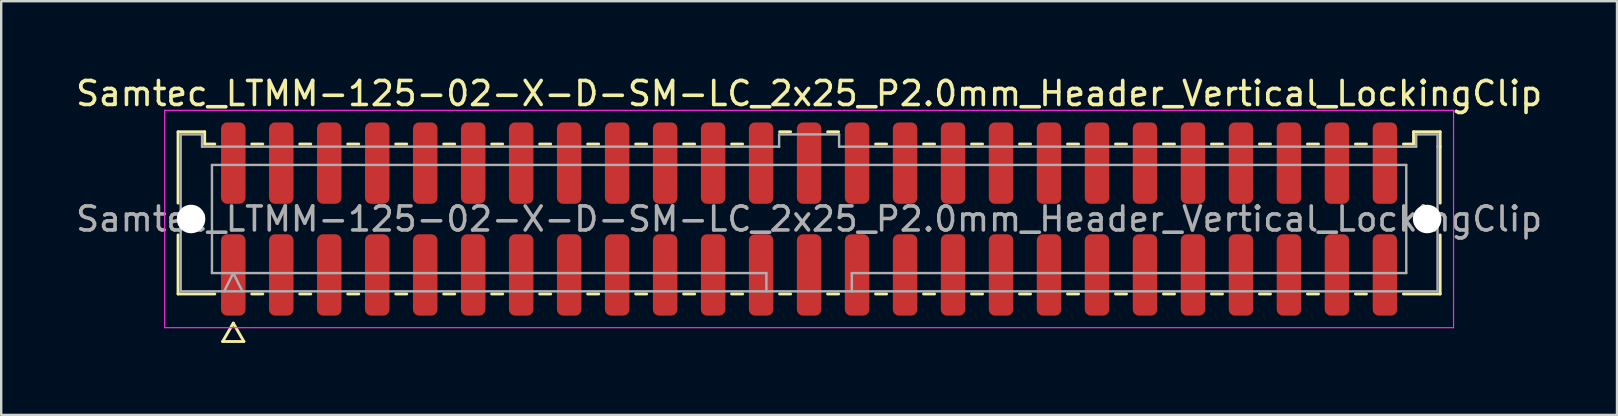
<source format=kicad_pcb>
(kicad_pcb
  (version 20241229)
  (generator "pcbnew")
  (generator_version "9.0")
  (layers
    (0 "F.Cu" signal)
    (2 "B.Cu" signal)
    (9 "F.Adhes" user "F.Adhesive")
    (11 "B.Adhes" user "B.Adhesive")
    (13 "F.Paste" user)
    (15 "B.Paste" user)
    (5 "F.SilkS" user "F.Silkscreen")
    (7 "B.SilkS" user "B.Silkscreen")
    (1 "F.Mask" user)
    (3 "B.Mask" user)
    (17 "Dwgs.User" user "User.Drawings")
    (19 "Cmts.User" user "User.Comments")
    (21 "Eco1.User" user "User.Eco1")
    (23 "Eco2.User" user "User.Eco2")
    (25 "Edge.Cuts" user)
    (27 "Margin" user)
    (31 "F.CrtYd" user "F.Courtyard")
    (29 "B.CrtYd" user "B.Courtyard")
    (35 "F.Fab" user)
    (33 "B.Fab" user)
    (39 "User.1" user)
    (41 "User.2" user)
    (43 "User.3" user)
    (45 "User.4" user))
  (footprint "Samtec_LTMM-125-02-X-D-SM-LC_2x25_P2.0mm_Header_Vertical_LockingClip"
    (layer "F.Cu")
    (at 30.673 6.078)
    (property "Reference" "Samtec_LTMM-125-02-X-D-SM-LC_2x25_P2.0mm_Header_Vertical_LockingClip" (at 0 -5.23 0) (layer "F.SilkS") (effects (font (size 1 1) (thickness 0.15))))
    (attr smd)
    (fp_line (start -26.302 -3.635) (end -25.192 -3.635) (stroke (width 0.12) (type solid)) (layer "F.SilkS"))
    (fp_line (start -26.302 -0.662) (end -26.302 -3.635) (stroke (width 0.12) (type solid)) (layer "F.SilkS"))
    (fp_line (start -26.302 3.125) (end -26.302 0.662) (stroke (width 0.12) (type solid)) (layer "F.SilkS"))
    (fp_line (start -25.192 -3.635) (end -25.192 -3.125) (stroke (width 0.12) (type solid)) (layer "F.SilkS"))
    (fp_line (start -25.192 -3.125) (end -24.77 -3.125) (stroke (width 0.12) (type solid)) (layer "F.SilkS"))
    (fp_line (start -24.77 3.125) (end -26.302 3.125) (stroke (width 0.12) (type solid)) (layer "F.SilkS"))
    (fp_line (start -24.442 5.105) (end -24 4.34) (stroke (width 0.12) (type solid)) (layer "F.SilkS"))
    (fp_line (start -24 4.34) (end -23.558 5.105) (stroke (width 0.12) (type solid)) (layer "F.SilkS"))
    (fp_line (start -23.558 5.105) (end -24.442 5.105) (stroke (width 0.12) (type solid)) (layer "F.SilkS"))
    (fp_line (start -23.23 -3.125) (end -22.77 -3.125) (stroke (width 0.12) (type solid)) (layer "F.SilkS"))
    (fp_line (start -22.77 3.125) (end -23.23 3.125) (stroke (width 0.12) (type solid)) (layer "F.SilkS"))
    (fp_line (start -21.23 -3.125) (end -20.77 -3.125) (stroke (width 0.12) (type solid)) (layer "F.SilkS"))
    (fp_line (start -20.77 3.125) (end -21.23 3.125) (stroke (width 0.12) (type solid)) (layer "F.SilkS"))
    (fp_line (start -19.23 -3.125) (end -18.77 -3.125) (stroke (width 0.12) (type solid)) (layer "F.SilkS"))
    (fp_line (start -18.77 3.125) (end -19.23 3.125) (stroke (width 0.12) (type solid)) (layer "F.SilkS"))
    (fp_line (start -17.23 -3.125) (end -16.77 -3.125) (stroke (width 0.12) (type solid)) (layer "F.SilkS"))
    (fp_line (start -16.77 3.125) (end -17.23 3.125) (stroke (width 0.12) (type solid)) (layer "F.SilkS"))
    (fp_line (start -15.23 -3.125) (end -14.77 -3.125) (stroke (width 0.12) (type solid)) (layer "F.SilkS"))
    (fp_line (start -14.77 3.125) (end -15.23 3.125) (stroke (width 0.12) (type solid)) (layer "F.SilkS"))
    (fp_line (start -13.23 -3.125) (end -12.77 -3.125) (stroke (width 0.12) (type solid)) (layer "F.SilkS"))
    (fp_line (start -12.77 3.125) (end -13.23 3.125) (stroke (width 0.12) (type solid)) (layer "F.SilkS"))
    (fp_line (start -11.23 -3.125) (end -10.77 -3.125) (stroke (width 0.12) (type solid)) (layer "F.SilkS"))
    (fp_line (start -10.77 3.125) (end -11.23 3.125) (stroke (width 0.12) (type solid)) (layer "F.SilkS"))
    (fp_line (start -9.23 -3.125) (end -8.77 -3.125) (stroke (width 0.12) (type solid)) (layer "F.SilkS"))
    (fp_line (start -8.77 3.125) (end -9.23 3.125) (stroke (width 0.12) (type solid)) (layer "F.SilkS"))
    (fp_line (start -7.23 -3.125) (end -6.77 -3.125) (stroke (width 0.12) (type solid)) (layer "F.SilkS"))
    (fp_line (start -6.77 3.125) (end -7.23 3.125) (stroke (width 0.12) (type solid)) (layer "F.SilkS"))
    (fp_line (start -5.23 -3.125) (end -4.77 -3.125) (stroke (width 0.12) (type solid)) (layer "F.SilkS"))
    (fp_line (start -4.77 3.125) (end -5.23 3.125) (stroke (width 0.12) (type solid)) (layer "F.SilkS"))
    (fp_line (start -3.23 -3.125) (end -2.77 -3.125) (stroke (width 0.12) (type solid)) (layer "F.SilkS"))
    (fp_line (start -2.77 3.125) (end -3.23 3.125) (stroke (width 0.12) (type solid)) (layer "F.SilkS"))
    (fp_line (start -1.23 -3.635) (end -0.77 -3.635) (stroke (width 0.12) (type solid)) (layer "F.SilkS"))
    (fp_line (start -0.77 3.125) (end -1.23 3.125) (stroke (width 0.12) (type solid)) (layer "F.SilkS"))
    (fp_line (start 0.77 -3.635) (end 1.23 -3.635) (stroke (width 0.12) (type solid)) (layer "F.SilkS"))
    (fp_line (start 1.23 3.125) (end 0.77 3.125) (stroke (width 0.12) (type solid)) (layer "F.SilkS"))
    (fp_line (start 2.77 -3.125) (end 3.23 -3.125) (stroke (width 0.12) (type solid)) (layer "F.SilkS"))
    (fp_line (start 3.23 3.125) (end 2.77 3.125) (stroke (width 0.12) (type solid)) (layer "F.SilkS"))
    (fp_line (start 4.77 -3.125) (end 5.23 -3.125) (stroke (width 0.12) (type solid)) (layer "F.SilkS"))
    (fp_line (start 5.23 3.125) (end 4.77 3.125) (stroke (width 0.12) (type solid)) (layer "F.SilkS"))
    (fp_line (start 6.77 -3.125) (end 7.23 -3.125) (stroke (width 0.12) (type solid)) (layer "F.SilkS"))
    (fp_line (start 7.23 3.125) (end 6.77 3.125) (stroke (width 0.12) (type solid)) (layer "F.SilkS"))
    (fp_line (start 8.77 -3.125) (end 9.23 -3.125) (stroke (width 0.12) (type solid)) (layer "F.SilkS"))
    (fp_line (start 9.23 3.125) (end 8.77 3.125) (stroke (width 0.12) (type solid)) (layer "F.SilkS"))
    (fp_line (start 10.77 -3.125) (end 11.23 -3.125) (stroke (width 0.12) (type solid)) (layer "F.SilkS"))
    (fp_line (start 11.23 3.125) (end 10.77 3.125) (stroke (width 0.12) (type solid)) (layer "F.SilkS"))
    (fp_line (start 12.77 -3.125) (end 13.23 -3.125) (stroke (width 0.12) (type solid)) (layer "F.SilkS"))
    (fp_line (start 13.23 3.125) (end 12.77 3.125) (stroke (width 0.12) (type solid)) (layer "F.SilkS"))
    (fp_line (start 14.77 -3.125) (end 15.23 -3.125) (stroke (width 0.12) (type solid)) (layer "F.SilkS"))
    (fp_line (start 15.23 3.125) (end 14.77 3.125) (stroke (width 0.12) (type solid)) (layer "F.SilkS"))
    (fp_line (start 16.77 -3.125) (end 17.23 -3.125) (stroke (width 0.12) (type solid)) (layer "F.SilkS"))
    (fp_line (start 17.23 3.125) (end 16.77 3.125) (stroke (width 0.12) (type solid)) (layer "F.SilkS"))
    (fp_line (start 18.77 -3.125) (end 19.23 -3.125) (stroke (width 0.12) (type solid)) (layer "F.SilkS"))
    (fp_line (start 19.23 3.125) (end 18.77 3.125) (stroke (width 0.12) (type solid)) (layer "F.SilkS"))
    (fp_line (start 20.77 -3.125) (end 21.23 -3.125) (stroke (width 0.12) (type solid)) (layer "F.SilkS"))
    (fp_line (start 21.23 3.125) (end 20.77 3.125) (stroke (width 0.12) (type solid)) (layer "F.SilkS"))
    (fp_line (start 22.77 -3.125) (end 23.23 -3.125) (stroke (width 0.12) (type solid)) (layer "F.SilkS"))
    (fp_line (start 23.23 3.125) (end 22.77 3.125) (stroke (width 0.12) (type solid)) (layer "F.SilkS"))
    (fp_line (start 24.77 -3.125) (end 25.192 -3.125) (stroke (width 0.12) (type solid)) (layer "F.SilkS"))
    (fp_line (start 25.192 -3.635) (end 26.302 -3.635) (stroke (width 0.12) (type solid)) (layer "F.SilkS"))
    (fp_line (start 25.192 -3.125) (end 25.192 -3.635) (stroke (width 0.12) (type solid)) (layer "F.SilkS"))
    (fp_line (start 26.302 -3.635) (end 26.302 -3.015) (stroke (width 0.12) (type solid)) (layer "F.SilkS"))
    (fp_line (start 26.302 -3.015) (end 26.302 -0.662) (stroke (width 0.12) (type solid)) (layer "F.SilkS"))
    (fp_line (start 26.302 0.662) (end 26.302 3.125) (stroke (width 0.12) (type solid)) (layer "F.SilkS"))
    (fp_line (start 26.302 3.125) (end 24.77 3.125) (stroke (width 0.12) (type solid)) (layer "F.SilkS"))
    (fp_line (start -26.86 -4.53) (end -26.86 4.53) (stroke (width 0.05) (type solid)) (layer "F.CrtYd"))
    (fp_line (start -26.86 4.53) (end 26.86 4.53) (stroke (width 0.05) (type solid)) (layer "F.CrtYd"))
    (fp_line (start 26.86 -4.53) (end -26.86 -4.53) (stroke (width 0.05) (type solid)) (layer "F.CrtYd"))
    (fp_line (start 26.86 4.53) (end 26.86 -4.53) (stroke (width 0.05) (type solid)) (layer "F.CrtYd"))
    (fp_line (start -26.192 -3.525) (end -25.302 -3.525) (stroke (width 0.1) (type solid)) (layer "F.Fab"))
    (fp_line (start -26.192 3.015) (end -26.192 -3.525) (stroke (width 0.1) (type solid)) (layer "F.Fab"))
    (fp_line (start -25.302 -3.525) (end -25.302 -3.015) (stroke (width 0.1) (type solid)) (layer "F.Fab"))
    (fp_line (start -25.302 -3.015) (end -1.25 -3.015) (stroke (width 0.1) (type solid)) (layer "F.Fab"))
    (fp_line (start -24.889 -2.253) (end 24.889 -2.253) (stroke (width 0.1) (type solid)) (layer "F.Fab"))
    (fp_line (start -24.889 2.253) (end -24.889 -2.253) (stroke (width 0.1) (type solid)) (layer "F.Fab"))
    (fp_line (start -24.381 3.015) (end -24 2.253) (stroke (width 0.1) (type solid)) (layer "F.Fab"))
    (fp_line (start -24 2.253) (end -23.619 3.015) (stroke (width 0.1) (type solid)) (layer "F.Fab"))
    (fp_line (start -1.78 2.253) (end -24.889 2.253) (stroke (width 0.1) (type solid)) (layer "F.Fab"))
    (fp_line (start -1.78 3.015) (end -1.78 2.253) (stroke (width 0.1) (type solid)) (layer "F.Fab"))
    (fp_line (start -1.25 -3.525) (end 1.25 -3.525) (stroke (width 0.1) (type solid)) (layer "F.Fab"))
    (fp_line (start -1.25 -3.015) (end -1.25 -3.525) (stroke (width 0.1) (type solid)) (layer "F.Fab"))
    (fp_line (start 1.25 -3.525) (end 1.25 -3.015) (stroke (width 0.1) (type solid)) (layer "F.Fab"))
    (fp_line (start 1.25 -3.015) (end 25.302 -3.015) (stroke (width 0.1) (type solid)) (layer "F.Fab"))
    (fp_line (start 1.78 2.253) (end 1.78 3.015) (stroke (width 0.1) (type solid)) (layer "F.Fab"))
    (fp_line (start 24.889 -2.253) (end 24.889 2.253) (stroke (width 0.1) (type solid)) (layer "F.Fab"))
    (fp_line (start 24.889 2.253) (end 1.78 2.253) (stroke (width 0.1) (type solid)) (layer "F.Fab"))
    (fp_line (start 25.302 -3.525) (end 26.192 -3.525) (stroke (width 0.1) (type solid)) (layer "F.Fab"))
    (fp_line (start 25.302 -3.015) (end 25.302 -3.525) (stroke (width 0.1) (type solid)) (layer "F.Fab"))
    (fp_line (start 26.192 -3.525) (end 26.192 -3.015) (stroke (width 0.1) (type solid)) (layer "F.Fab"))
    (fp_line (start 26.192 -3.015) (end 26.192 3.015) (stroke (width 0.1) (type solid)) (layer "F.Fab"))
    (fp_line (start 26.192 3.015) (end -26.192 3.015) (stroke (width 0.1) (type solid)) (layer "F.Fab"))
    (fp_text user "${REFERENCE}" (at 0 0 0) (layer "F.Fab") (effects (font (size 1 1) (thickness 0.15))))
    (pad "" np_thru_hole circle (at -25.76 0) (size 1.19 1.19) (drill 1.19) (layers "*.Cu" "*.Mask"))
    (pad "" np_thru_hole circle (at 25.76 0) (size 1.19 1.19) (drill 1.19) (layers "*.Cu" "*.Mask"))
    (pad "1" smd roundrect (at -24 2.33) (size 1.02 3.39) (layers "F.Cu" "F.Mask" "F.Paste") (roundrect_rratio 0.245))
    (pad "2" smd roundrect (at -24 -2.33) (size 1.02 3.39) (layers "F.Cu" "F.Mask" "F.Paste") (roundrect_rratio 0.245))
    (pad "3" smd roundrect (at -22 2.33) (size 1.02 3.39) (layers "F.Cu" "F.Mask" "F.Paste") (roundrect_rratio 0.245))
    (pad "4" smd roundrect (at -22 -2.33) (size 1.02 3.39) (layers "F.Cu" "F.Mask" "F.Paste") (roundrect_rratio 0.245))
    (pad "5" smd roundrect (at -20 2.33) (size 1.02 3.39) (layers "F.Cu" "F.Mask" "F.Paste") (roundrect_rratio 0.245))
    (pad "6" smd roundrect (at -20 -2.33) (size 1.02 3.39) (layers "F.Cu" "F.Mask" "F.Paste") (roundrect_rratio 0.245))
    (pad "7" smd roundrect (at -18 2.33) (size 1.02 3.39) (layers "F.Cu" "F.Mask" "F.Paste") (roundrect_rratio 0.245))
    (pad "8" smd roundrect (at -18 -2.33) (size 1.02 3.39) (layers "F.Cu" "F.Mask" "F.Paste") (roundrect_rratio 0.245))
    (pad "9" smd roundrect (at -16 2.33) (size 1.02 3.39) (layers "F.Cu" "F.Mask" "F.Paste") (roundrect_rratio 0.245))
    (pad "10" smd roundrect (at -16 -2.33) (size 1.02 3.39) (layers "F.Cu" "F.Mask" "F.Paste") (roundrect_rratio 0.245))
    (pad "11" smd roundrect (at -14 2.33) (size 1.02 3.39) (layers "F.Cu" "F.Mask" "F.Paste") (roundrect_rratio 0.245))
    (pad "12" smd roundrect (at -14 -2.33) (size 1.02 3.39) (layers "F.Cu" "F.Mask" "F.Paste") (roundrect_rratio 0.245))
    (pad "13" smd roundrect (at -12 2.33) (size 1.02 3.39) (layers "F.Cu" "F.Mask" "F.Paste") (roundrect_rratio 0.245))
    (pad "14" smd roundrect (at -12 -2.33) (size 1.02 3.39) (layers "F.Cu" "F.Mask" "F.Paste") (roundrect_rratio 0.245))
    (pad "15" smd roundrect (at -10 2.33) (size 1.02 3.39) (layers "F.Cu" "F.Mask" "F.Paste") (roundrect_rratio 0.245))
    (pad "16" smd roundrect (at -10 -2.33) (size 1.02 3.39) (layers "F.Cu" "F.Mask" "F.Paste") (roundrect_rratio 0.245))
    (pad "17" smd roundrect (at -8 2.33) (size 1.02 3.39) (layers "F.Cu" "F.Mask" "F.Paste") (roundrect_rratio 0.245))
    (pad "18" smd roundrect (at -8 -2.33) (size 1.02 3.39) (layers "F.Cu" "F.Mask" "F.Paste") (roundrect_rratio 0.245))
    (pad "19" smd roundrect (at -6 2.33) (size 1.02 3.39) (layers "F.Cu" "F.Mask" "F.Paste") (roundrect_rratio 0.245))
    (pad "20" smd roundrect (at -6 -2.33) (size 1.02 3.39) (layers "F.Cu" "F.Mask" "F.Paste") (roundrect_rratio 0.245))
    (pad "21" smd roundrect (at -4 2.33) (size 1.02 3.39) (layers "F.Cu" "F.Mask" "F.Paste") (roundrect_rratio 0.245))
    (pad "22" smd roundrect (at -4 -2.33) (size 1.02 3.39) (layers "F.Cu" "F.Mask" "F.Paste") (roundrect_rratio 0.245))
    (pad "23" smd roundrect (at -2 2.33) (size 1.02 3.39) (layers "F.Cu" "F.Mask" "F.Paste") (roundrect_rratio 0.245))
    (pad "24" smd roundrect (at -2 -2.33) (size 1.02 3.39) (layers "F.Cu" "F.Mask" "F.Paste") (roundrect_rratio 0.245))
    (pad "25" smd roundrect (at 0 2.33) (size 1.02 3.39) (layers "F.Cu" "F.Mask" "F.Paste") (roundrect_rratio 0.245))
    (pad "26" smd roundrect (at 0 -2.33) (size 1.02 3.39) (layers "F.Cu" "F.Mask" "F.Paste") (roundrect_rratio 0.245))
    (pad "27" smd roundrect (at 2 2.33) (size 1.02 3.39) (layers "F.Cu" "F.Mask" "F.Paste") (roundrect_rratio 0.245))
    (pad "28" smd roundrect (at 2 -2.33) (size 1.02 3.39) (layers "F.Cu" "F.Mask" "F.Paste") (roundrect_rratio 0.245))
    (pad "29" smd roundrect (at 4 2.33) (size 1.02 3.39) (layers "F.Cu" "F.Mask" "F.Paste") (roundrect_rratio 0.245))
    (pad "30" smd roundrect (at 4 -2.33) (size 1.02 3.39) (layers "F.Cu" "F.Mask" "F.Paste") (roundrect_rratio 0.245))
    (pad "31" smd roundrect (at 6 2.33) (size 1.02 3.39) (layers "F.Cu" "F.Mask" "F.Paste") (roundrect_rratio 0.245))
    (pad "32" smd roundrect (at 6 -2.33) (size 1.02 3.39) (layers "F.Cu" "F.Mask" "F.Paste") (roundrect_rratio 0.245))
    (pad "33" smd roundrect (at 8 2.33) (size 1.02 3.39) (layers "F.Cu" "F.Mask" "F.Paste") (roundrect_rratio 0.245))
    (pad "34" smd roundrect (at 8 -2.33) (size 1.02 3.39) (layers "F.Cu" "F.Mask" "F.Paste") (roundrect_rratio 0.245))
    (pad "35" smd roundrect (at 10 2.33) (size 1.02 3.39) (layers "F.Cu" "F.Mask" "F.Paste") (roundrect_rratio 0.245))
    (pad "36" smd roundrect (at 10 -2.33) (size 1.02 3.39) (layers "F.Cu" "F.Mask" "F.Paste") (roundrect_rratio 0.245))
    (pad "37" smd roundrect (at 12 2.33) (size 1.02 3.39) (layers "F.Cu" "F.Mask" "F.Paste") (roundrect_rratio 0.245))
    (pad "38" smd roundrect (at 12 -2.33) (size 1.02 3.39) (layers "F.Cu" "F.Mask" "F.Paste") (roundrect_rratio 0.245))
    (pad "39" smd roundrect (at 14 2.33) (size 1.02 3.39) (layers "F.Cu" "F.Mask" "F.Paste") (roundrect_rratio 0.245))
    (pad "40" smd roundrect (at 14 -2.33) (size 1.02 3.39) (layers "F.Cu" "F.Mask" "F.Paste") (roundrect_rratio 0.245))
    (pad "41" smd roundrect (at 16 2.33) (size 1.02 3.39) (layers "F.Cu" "F.Mask" "F.Paste") (roundrect_rratio 0.245))
    (pad "42" smd roundrect (at 16 -2.33) (size 1.02 3.39) (layers "F.Cu" "F.Mask" "F.Paste") (roundrect_rratio 0.245))
    (pad "43" smd roundrect (at 18 2.33) (size 1.02 3.39) (layers "F.Cu" "F.Mask" "F.Paste") (roundrect_rratio 0.245))
    (pad "44" smd roundrect (at 18 -2.33) (size 1.02 3.39) (layers "F.Cu" "F.Mask" "F.Paste") (roundrect_rratio 0.245))
    (pad "45" smd roundrect (at 20 2.33) (size 1.02 3.39) (layers "F.Cu" "F.Mask" "F.Paste") (roundrect_rratio 0.245))
    (pad "46" smd roundrect (at 20 -2.33) (size 1.02 3.39) (layers "F.Cu" "F.Mask" "F.Paste") (roundrect_rratio 0.245))
    (pad "47" smd roundrect (at 22 2.33) (size 1.02 3.39) (layers "F.Cu" "F.Mask" "F.Paste") (roundrect_rratio 0.245))
    (pad "48" smd roundrect (at 22 -2.33) (size 1.02 3.39) (layers "F.Cu" "F.Mask" "F.Paste") (roundrect_rratio 0.245))
    (pad "49" smd roundrect (at 24 2.33) (size 1.02 3.39) (layers "F.Cu" "F.Mask" "F.Paste") (roundrect_rratio 0.245))
    (pad "50" smd roundrect (at 24 -2.33) (size 1.02 3.39) (layers "F.Cu" "F.Mask" "F.Paste") (roundrect_rratio 0.245)))
  (gr_rect
    (start -3 -3)
    (end 64.345 14.243)
    (stroke (width 0.1) (type default))
    (fill no)
    (layer "Edge.Cuts")))
</source>
